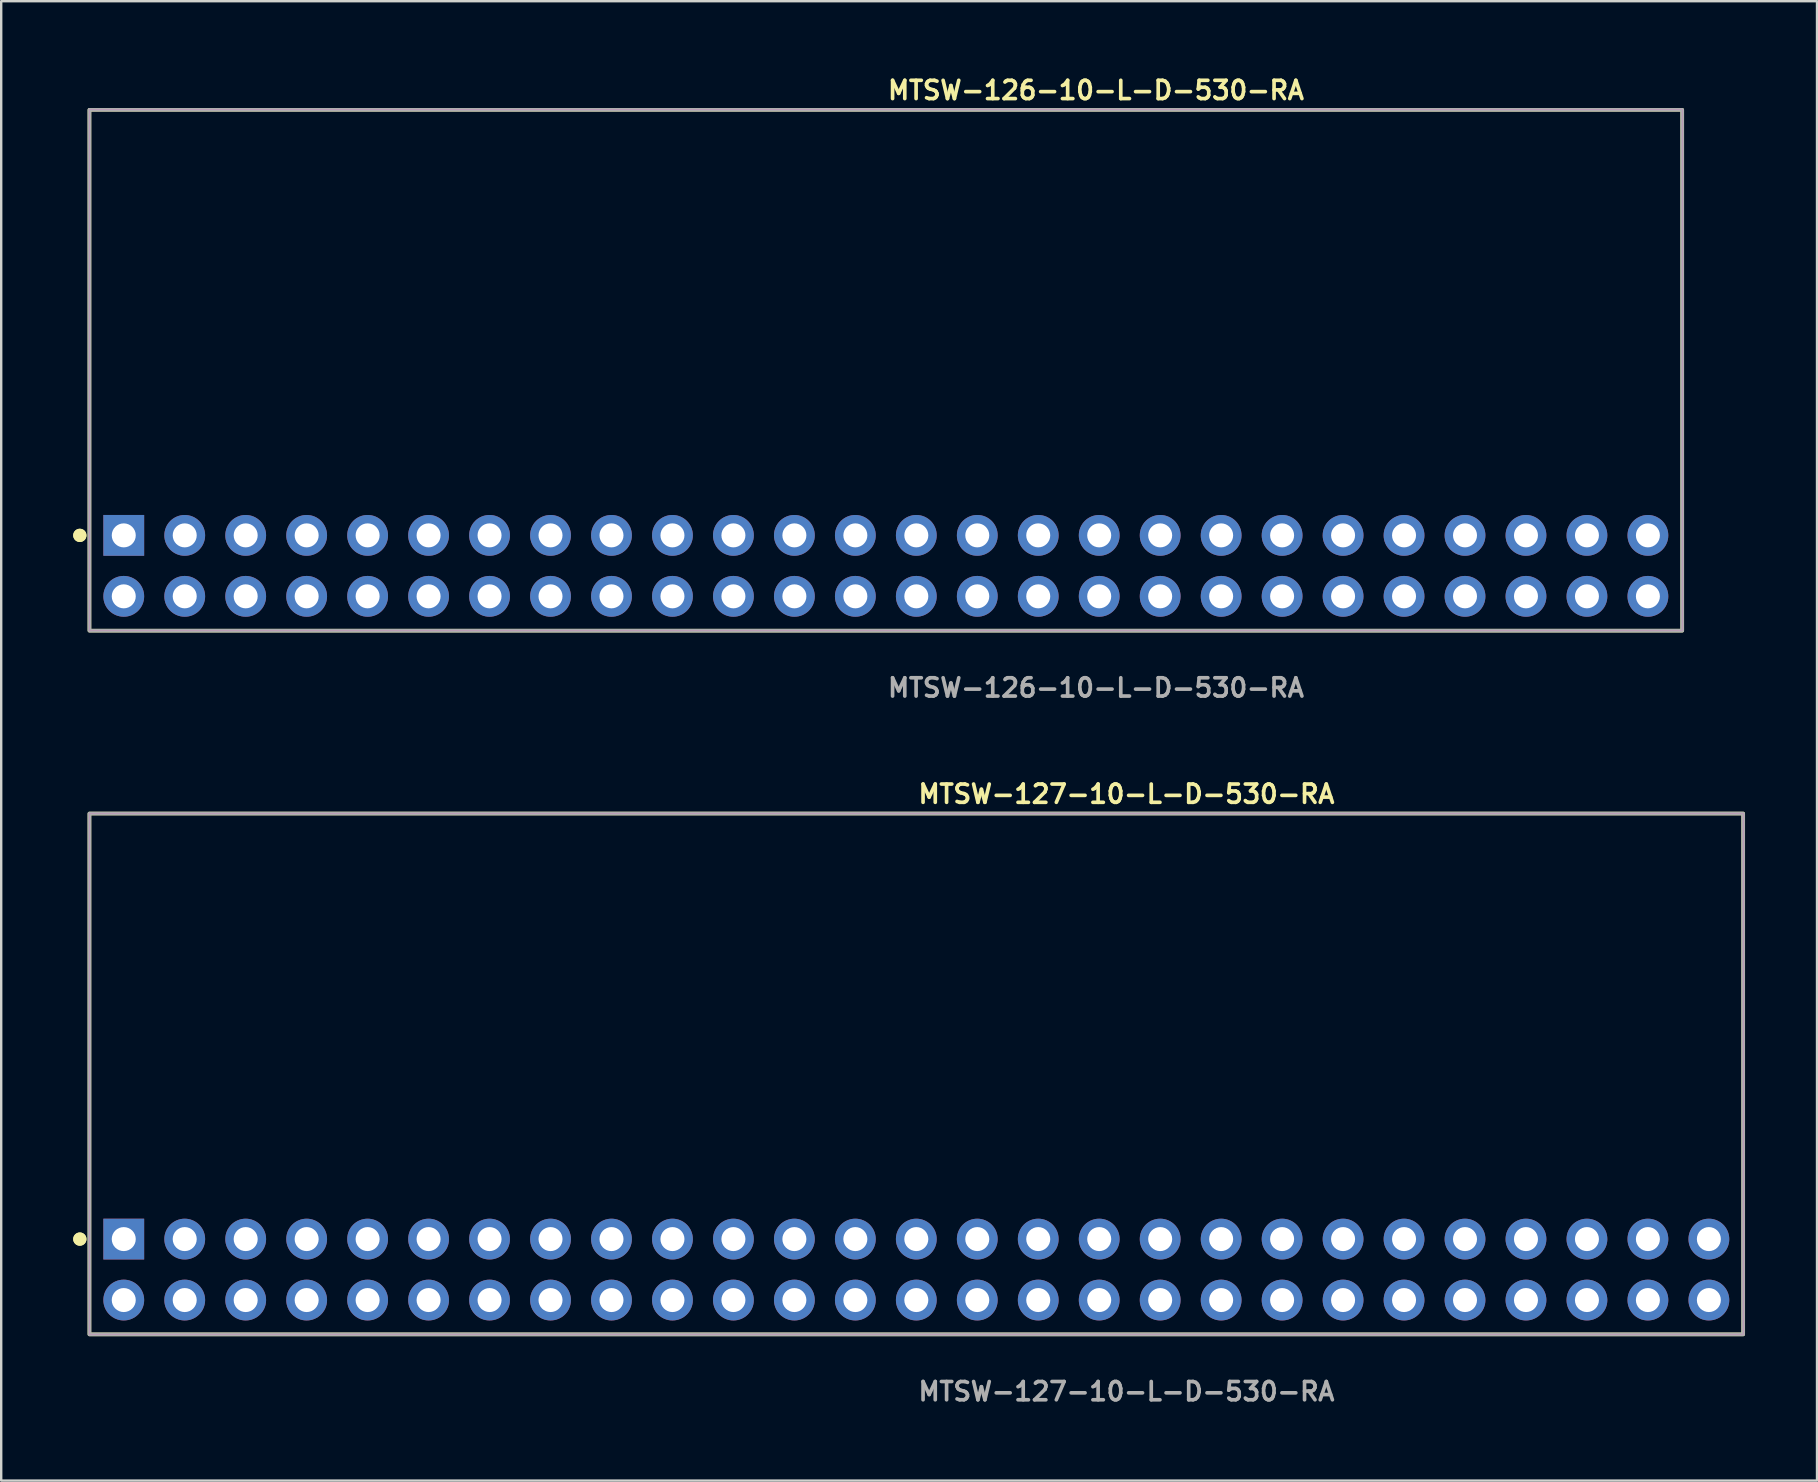
<source format=kicad_pcb>
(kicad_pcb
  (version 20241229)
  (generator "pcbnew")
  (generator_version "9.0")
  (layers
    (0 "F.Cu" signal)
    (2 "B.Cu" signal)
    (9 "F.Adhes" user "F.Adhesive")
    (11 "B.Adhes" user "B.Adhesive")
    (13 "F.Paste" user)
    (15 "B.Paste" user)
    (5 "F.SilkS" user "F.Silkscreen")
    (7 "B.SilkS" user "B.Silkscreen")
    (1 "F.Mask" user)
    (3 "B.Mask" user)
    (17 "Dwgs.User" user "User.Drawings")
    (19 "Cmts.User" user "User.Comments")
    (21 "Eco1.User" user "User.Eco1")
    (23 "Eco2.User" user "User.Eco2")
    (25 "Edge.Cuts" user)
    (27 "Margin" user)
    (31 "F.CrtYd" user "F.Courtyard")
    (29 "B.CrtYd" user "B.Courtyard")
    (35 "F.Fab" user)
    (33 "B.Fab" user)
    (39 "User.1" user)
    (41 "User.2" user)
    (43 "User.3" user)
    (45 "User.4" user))
  (footprint "MTSW-126-10-L-D-530-RA"
    (layer "F.Cu")
    (at 33.856 20.525)
    (property "Reference" "MTSW-126-10-L-D-530-RA" (at 0 -19.812 0) (unlocked yes) (layer "F.SilkS") (effects (font (size 0.762 0.762) (thickness 0.152)) (justify left)))
    (fp_rect (start -33.18 2.7) (end 33.18 -19) (stroke (width 0.152) (type solid)) (fill no) (layer "F.SilkS"))
    (fp_circle (center -33.58 -1.27) (end -33.78 -1.27) (stroke (width 0.152) (type solid)) (fill yes) (layer "F.SilkS"))
    (fp_circle (center -33.58 -1.27) (end -33.78 -1.27) (stroke (width 0.152) (type solid)) (fill yes) (layer "F.SilkS"))
    (fp_rect (start -33.18 2.7) (end 33.18 -19) (stroke (width 0.006) (type solid)) (fill no) (layer "F.CrtYd"))
    (fp_rect (start -33.18 2.7) (end 33.18 -19) (stroke (width 0.152) (type solid)) (fill no) (layer "F.Fab"))
    (fp_text user "${REFERENCE}" (at 0 5.08 0) (unlocked yes) (layer "F.Fab") (effects (font (size 0.762 0.762) (thickness 0.152)) (justify left)))
    (pad "1" thru_hole rect (at -31.75 -1.27) (size 1.7 1.7) (drill 1) (layers "*.Cu" "*.Mask"))
    (pad "2" thru_hole circle (at -31.75 1.27) (size 1.7 1.7) (drill 1) (layers "*.Cu" "*.Mask"))
    (pad "3" thru_hole circle (at -29.21 -1.27) (size 1.7 1.7) (drill 1) (layers "*.Cu" "*.Mask"))
    (pad "4" thru_hole circle (at -29.21 1.27) (size 1.7 1.7) (drill 1) (layers "*.Cu" "*.Mask"))
    (pad "5" thru_hole circle (at -26.67 -1.27) (size 1.7 1.7) (drill 1) (layers "*.Cu" "*.Mask"))
    (pad "6" thru_hole circle (at -26.67 1.27) (size 1.7 1.7) (drill 1) (layers "*.Cu" "*.Mask"))
    (pad "7" thru_hole circle (at -24.13 -1.27) (size 1.7 1.7) (drill 1) (layers "*.Cu" "*.Mask"))
    (pad "8" thru_hole circle (at -24.13 1.27) (size 1.7 1.7) (drill 1) (layers "*.Cu" "*.Mask"))
    (pad "9" thru_hole circle (at -21.59 -1.27) (size 1.7 1.7) (drill 1) (layers "*.Cu" "*.Mask"))
    (pad "10" thru_hole circle (at -21.59 1.27) (size 1.7 1.7) (drill 1) (layers "*.Cu" "*.Mask"))
    (pad "11" thru_hole circle (at -19.05 -1.27) (size 1.7 1.7) (drill 1) (layers "*.Cu" "*.Mask"))
    (pad "12" thru_hole circle (at -19.05 1.27) (size 1.7 1.7) (drill 1) (layers "*.Cu" "*.Mask"))
    (pad "13" thru_hole circle (at -16.51 -1.27) (size 1.7 1.7) (drill 1) (layers "*.Cu" "*.Mask"))
    (pad "14" thru_hole circle (at -16.51 1.27) (size 1.7 1.7) (drill 1) (layers "*.Cu" "*.Mask"))
    (pad "15" thru_hole circle (at -13.97 -1.27) (size 1.7 1.7) (drill 1) (layers "*.Cu" "*.Mask"))
    (pad "16" thru_hole circle (at -13.97 1.27) (size 1.7 1.7) (drill 1) (layers "*.Cu" "*.Mask"))
    (pad "17" thru_hole circle (at -11.43 -1.27) (size 1.7 1.7) (drill 1) (layers "*.Cu" "*.Mask"))
    (pad "18" thru_hole circle (at -11.43 1.27) (size 1.7 1.7) (drill 1) (layers "*.Cu" "*.Mask"))
    (pad "19" thru_hole circle (at -8.89 -1.27) (size 1.7 1.7) (drill 1) (layers "*.Cu" "*.Mask"))
    (pad "20" thru_hole circle (at -8.89 1.27) (size 1.7 1.7) (drill 1) (layers "*.Cu" "*.Mask"))
    (pad "21" thru_hole circle (at -6.35 -1.27) (size 1.7 1.7) (drill 1) (layers "*.Cu" "*.Mask"))
    (pad "22" thru_hole circle (at -6.35 1.27) (size 1.7 1.7) (drill 1) (layers "*.Cu" "*.Mask"))
    (pad "23" thru_hole circle (at -3.81 -1.27) (size 1.7 1.7) (drill 1) (layers "*.Cu" "*.Mask"))
    (pad "24" thru_hole circle (at -3.81 1.27) (size 1.7 1.7) (drill 1) (layers "*.Cu" "*.Mask"))
    (pad "25" thru_hole circle (at -1.27 -1.27) (size 1.7 1.7) (drill 1) (layers "*.Cu" "*.Mask"))
    (pad "26" thru_hole circle (at -1.27 1.27) (size 1.7 1.7) (drill 1) (layers "*.Cu" "*.Mask"))
    (pad "27" thru_hole circle (at 1.27 -1.27) (size 1.7 1.7) (drill 1) (layers "*.Cu" "*.Mask"))
    (pad "28" thru_hole circle (at 1.27 1.27) (size 1.7 1.7) (drill 1) (layers "*.Cu" "*.Mask"))
    (pad "29" thru_hole circle (at 3.81 -1.27) (size 1.7 1.7) (drill 1) (layers "*.Cu" "*.Mask"))
    (pad "30" thru_hole circle (at 3.81 1.27) (size 1.7 1.7) (drill 1) (layers "*.Cu" "*.Mask"))
    (pad "31" thru_hole circle (at 6.35 -1.27) (size 1.7 1.7) (drill 1) (layers "*.Cu" "*.Mask"))
    (pad "32" thru_hole circle (at 6.35 1.27) (size 1.7 1.7) (drill 1) (layers "*.Cu" "*.Mask"))
    (pad "33" thru_hole circle (at 8.89 -1.27) (size 1.7 1.7) (drill 1) (layers "*.Cu" "*.Mask"))
    (pad "34" thru_hole circle (at 8.89 1.27) (size 1.7 1.7) (drill 1) (layers "*.Cu" "*.Mask"))
    (pad "35" thru_hole circle (at 11.43 -1.27) (size 1.7 1.7) (drill 1) (layers "*.Cu" "*.Mask"))
    (pad "36" thru_hole circle (at 11.43 1.27) (size 1.7 1.7) (drill 1) (layers "*.Cu" "*.Mask"))
    (pad "37" thru_hole circle (at 13.97 -1.27) (size 1.7 1.7) (drill 1) (layers "*.Cu" "*.Mask"))
    (pad "38" thru_hole circle (at 13.97 1.27) (size 1.7 1.7) (drill 1) (layers "*.Cu" "*.Mask"))
    (pad "39" thru_hole circle (at 16.51 -1.27) (size 1.7 1.7) (drill 1) (layers "*.Cu" "*.Mask"))
    (pad "40" thru_hole circle (at 16.51 1.27) (size 1.7 1.7) (drill 1) (layers "*.Cu" "*.Mask"))
    (pad "41" thru_hole circle (at 19.05 -1.27) (size 1.7 1.7) (drill 1) (layers "*.Cu" "*.Mask"))
    (pad "42" thru_hole circle (at 19.05 1.27) (size 1.7 1.7) (drill 1) (layers "*.Cu" "*.Mask"))
    (pad "43" thru_hole circle (at 21.59 -1.27) (size 1.7 1.7) (drill 1) (layers "*.Cu" "*.Mask"))
    (pad "44" thru_hole circle (at 21.59 1.27) (size 1.7 1.7) (drill 1) (layers "*.Cu" "*.Mask"))
    (pad "45" thru_hole circle (at 24.13 -1.27) (size 1.7 1.7) (drill 1) (layers "*.Cu" "*.Mask"))
    (pad "46" thru_hole circle (at 24.13 1.27) (size 1.7 1.7) (drill 1) (layers "*.Cu" "*.Mask"))
    (pad "47" thru_hole circle (at 26.67 -1.27) (size 1.7 1.7) (drill 1) (layers "*.Cu" "*.Mask"))
    (pad "48" thru_hole circle (at 26.67 1.27) (size 1.7 1.7) (drill 1) (layers "*.Cu" "*.Mask"))
    (pad "49" thru_hole circle (at 29.21 -1.27) (size 1.7 1.7) (drill 1) (layers "*.Cu" "*.Mask"))
    (pad "50" thru_hole circle (at 29.21 1.27) (size 1.7 1.7) (drill 1) (layers "*.Cu" "*.Mask"))
    (pad "51" thru_hole circle (at 31.75 -1.27) (size 1.7 1.7) (drill 1) (layers "*.Cu" "*.Mask"))
    (pad "52" thru_hole circle (at 31.75 1.27) (size 1.7 1.7) (drill 1) (layers "*.Cu" "*.Mask")))
  (footprint "MTSW-127-10-L-D-530-RA"
    (layer "F.Cu")
    (at 35.126 49.844)
    (property "Reference" "MTSW-127-10-L-D-530-RA" (at 0 -19.812 0) (unlocked yes) (layer "F.SilkS") (effects (font (size 0.762 0.762) (thickness 0.152)) (justify left)))
    (fp_rect (start -34.45 2.7) (end 34.45 -19) (stroke (width 0.152) (type solid)) (fill no) (layer "F.SilkS"))
    (fp_circle (center -34.85 -1.27) (end -35.05 -1.27) (stroke (width 0.152) (type solid)) (fill yes) (layer "F.SilkS"))
    (fp_circle (center -34.85 -1.27) (end -35.05 -1.27) (stroke (width 0.152) (type solid)) (fill yes) (layer "F.SilkS"))
    (fp_rect (start -34.45 2.7) (end 34.45 -19) (stroke (width 0.006) (type solid)) (fill no) (layer "F.CrtYd"))
    (fp_rect (start -34.45 2.7) (end 34.45 -19) (stroke (width 0.152) (type solid)) (fill no) (layer "F.Fab"))
    (fp_text user "${REFERENCE}" (at 0 5.08 0) (unlocked yes) (layer "F.Fab") (effects (font (size 0.762 0.762) (thickness 0.152)) (justify left)))
    (pad "1" thru_hole rect (at -33.02 -1.27) (size 1.7 1.7) (drill 1) (layers "*.Cu" "*.Mask"))
    (pad "2" thru_hole circle (at -33.02 1.27) (size 1.7 1.7) (drill 1) (layers "*.Cu" "*.Mask"))
    (pad "3" thru_hole circle (at -30.48 -1.27) (size 1.7 1.7) (drill 1) (layers "*.Cu" "*.Mask"))
    (pad "4" thru_hole circle (at -30.48 1.27) (size 1.7 1.7) (drill 1) (layers "*.Cu" "*.Mask"))
    (pad "5" thru_hole circle (at -27.94 -1.27) (size 1.7 1.7) (drill 1) (layers "*.Cu" "*.Mask"))
    (pad "6" thru_hole circle (at -27.94 1.27) (size 1.7 1.7) (drill 1) (layers "*.Cu" "*.Mask"))
    (pad "7" thru_hole circle (at -25.4 -1.27) (size 1.7 1.7) (drill 1) (layers "*.Cu" "*.Mask"))
    (pad "8" thru_hole circle (at -25.4 1.27) (size 1.7 1.7) (drill 1) (layers "*.Cu" "*.Mask"))
    (pad "9" thru_hole circle (at -22.86 -1.27) (size 1.7 1.7) (drill 1) (layers "*.Cu" "*.Mask"))
    (pad "10" thru_hole circle (at -22.86 1.27) (size 1.7 1.7) (drill 1) (layers "*.Cu" "*.Mask"))
    (pad "11" thru_hole circle (at -20.32 -1.27) (size 1.7 1.7) (drill 1) (layers "*.Cu" "*.Mask"))
    (pad "12" thru_hole circle (at -20.32 1.27) (size 1.7 1.7) (drill 1) (layers "*.Cu" "*.Mask"))
    (pad "13" thru_hole circle (at -17.78 -1.27) (size 1.7 1.7) (drill 1) (layers "*.Cu" "*.Mask"))
    (pad "14" thru_hole circle (at -17.78 1.27) (size 1.7 1.7) (drill 1) (layers "*.Cu" "*.Mask"))
    (pad "15" thru_hole circle (at -15.24 -1.27) (size 1.7 1.7) (drill 1) (layers "*.Cu" "*.Mask"))
    (pad "16" thru_hole circle (at -15.24 1.27) (size 1.7 1.7) (drill 1) (layers "*.Cu" "*.Mask"))
    (pad "17" thru_hole circle (at -12.7 -1.27) (size 1.7 1.7) (drill 1) (layers "*.Cu" "*.Mask"))
    (pad "18" thru_hole circle (at -12.7 1.27) (size 1.7 1.7) (drill 1) (layers "*.Cu" "*.Mask"))
    (pad "19" thru_hole circle (at -10.16 -1.27) (size 1.7 1.7) (drill 1) (layers "*.Cu" "*.Mask"))
    (pad "20" thru_hole circle (at -10.16 1.27) (size 1.7 1.7) (drill 1) (layers "*.Cu" "*.Mask"))
    (pad "21" thru_hole circle (at -7.62 -1.27) (size 1.7 1.7) (drill 1) (layers "*.Cu" "*.Mask"))
    (pad "22" thru_hole circle (at -7.62 1.27) (size 1.7 1.7) (drill 1) (layers "*.Cu" "*.Mask"))
    (pad "23" thru_hole circle (at -5.08 -1.27) (size 1.7 1.7) (drill 1) (layers "*.Cu" "*.Mask"))
    (pad "24" thru_hole circle (at -5.08 1.27) (size 1.7 1.7) (drill 1) (layers "*.Cu" "*.Mask"))
    (pad "25" thru_hole circle (at -2.54 -1.27) (size 1.7 1.7) (drill 1) (layers "*.Cu" "*.Mask"))
    (pad "26" thru_hole circle (at -2.54 1.27) (size 1.7 1.7) (drill 1) (layers "*.Cu" "*.Mask"))
    (pad "27" thru_hole circle (at 0 -1.27) (size 1.7 1.7) (drill 1) (layers "*.Cu" "*.Mask"))
    (pad "28" thru_hole circle (at 0 1.27) (size 1.7 1.7) (drill 1) (layers "*.Cu" "*.Mask"))
    (pad "29" thru_hole circle (at 2.54 -1.27) (size 1.7 1.7) (drill 1) (layers "*.Cu" "*.Mask"))
    (pad "30" thru_hole circle (at 2.54 1.27) (size 1.7 1.7) (drill 1) (layers "*.Cu" "*.Mask"))
    (pad "31" thru_hole circle (at 5.08 -1.27) (size 1.7 1.7) (drill 1) (layers "*.Cu" "*.Mask"))
    (pad "32" thru_hole circle (at 5.08 1.27) (size 1.7 1.7) (drill 1) (layers "*.Cu" "*.Mask"))
    (pad "33" thru_hole circle (at 7.62 -1.27) (size 1.7 1.7) (drill 1) (layers "*.Cu" "*.Mask"))
    (pad "34" thru_hole circle (at 7.62 1.27) (size 1.7 1.7) (drill 1) (layers "*.Cu" "*.Mask"))
    (pad "35" thru_hole circle (at 10.16 -1.27) (size 1.7 1.7) (drill 1) (layers "*.Cu" "*.Mask"))
    (pad "36" thru_hole circle (at 10.16 1.27) (size 1.7 1.7) (drill 1) (layers "*.Cu" "*.Mask"))
    (pad "37" thru_hole circle (at 12.7 -1.27) (size 1.7 1.7) (drill 1) (layers "*.Cu" "*.Mask"))
    (pad "38" thru_hole circle (at 12.7 1.27) (size 1.7 1.7) (drill 1) (layers "*.Cu" "*.Mask"))
    (pad "39" thru_hole circle (at 15.24 -1.27) (size 1.7 1.7) (drill 1) (layers "*.Cu" "*.Mask"))
    (pad "40" thru_hole circle (at 15.24 1.27) (size 1.7 1.7) (drill 1) (layers "*.Cu" "*.Mask"))
    (pad "41" thru_hole circle (at 17.78 -1.27) (size 1.7 1.7) (drill 1) (layers "*.Cu" "*.Mask"))
    (pad "42" thru_hole circle (at 17.78 1.27) (size 1.7 1.7) (drill 1) (layers "*.Cu" "*.Mask"))
    (pad "43" thru_hole circle (at 20.32 -1.27) (size 1.7 1.7) (drill 1) (layers "*.Cu" "*.Mask"))
    (pad "44" thru_hole circle (at 20.32 1.27) (size 1.7 1.7) (drill 1) (layers "*.Cu" "*.Mask"))
    (pad "45" thru_hole circle (at 22.86 -1.27) (size 1.7 1.7) (drill 1) (layers "*.Cu" "*.Mask"))
    (pad "46" thru_hole circle (at 22.86 1.27) (size 1.7 1.7) (drill 1) (layers "*.Cu" "*.Mask"))
    (pad "47" thru_hole circle (at 25.4 -1.27) (size 1.7 1.7) (drill 1) (layers "*.Cu" "*.Mask"))
    (pad "48" thru_hole circle (at 25.4 1.27) (size 1.7 1.7) (drill 1) (layers "*.Cu" "*.Mask"))
    (pad "49" thru_hole circle (at 27.94 -1.27) (size 1.7 1.7) (drill 1) (layers "*.Cu" "*.Mask"))
    (pad "50" thru_hole circle (at 27.94 1.27) (size 1.7 1.7) (drill 1) (layers "*.Cu" "*.Mask"))
    (pad "51" thru_hole circle (at 30.48 -1.27) (size 1.7 1.7) (drill 1) (layers "*.Cu" "*.Mask"))
    (pad "52" thru_hole circle (at 30.48 1.27) (size 1.7 1.7) (drill 1) (layers "*.Cu" "*.Mask"))
    (pad "53" thru_hole circle (at 33.02 -1.27) (size 1.7 1.7) (drill 1) (layers "*.Cu" "*.Mask"))
    (pad "54" thru_hole circle (at 33.02 1.27) (size 1.7 1.7) (drill 1) (layers "*.Cu" "*.Mask")))
  (gr_rect
    (start -3 -3)
    (end 72.652 58.637)
    (stroke (width 0.1) (type default))
    (fill no)
    (layer "Edge.Cuts")))
</source>
